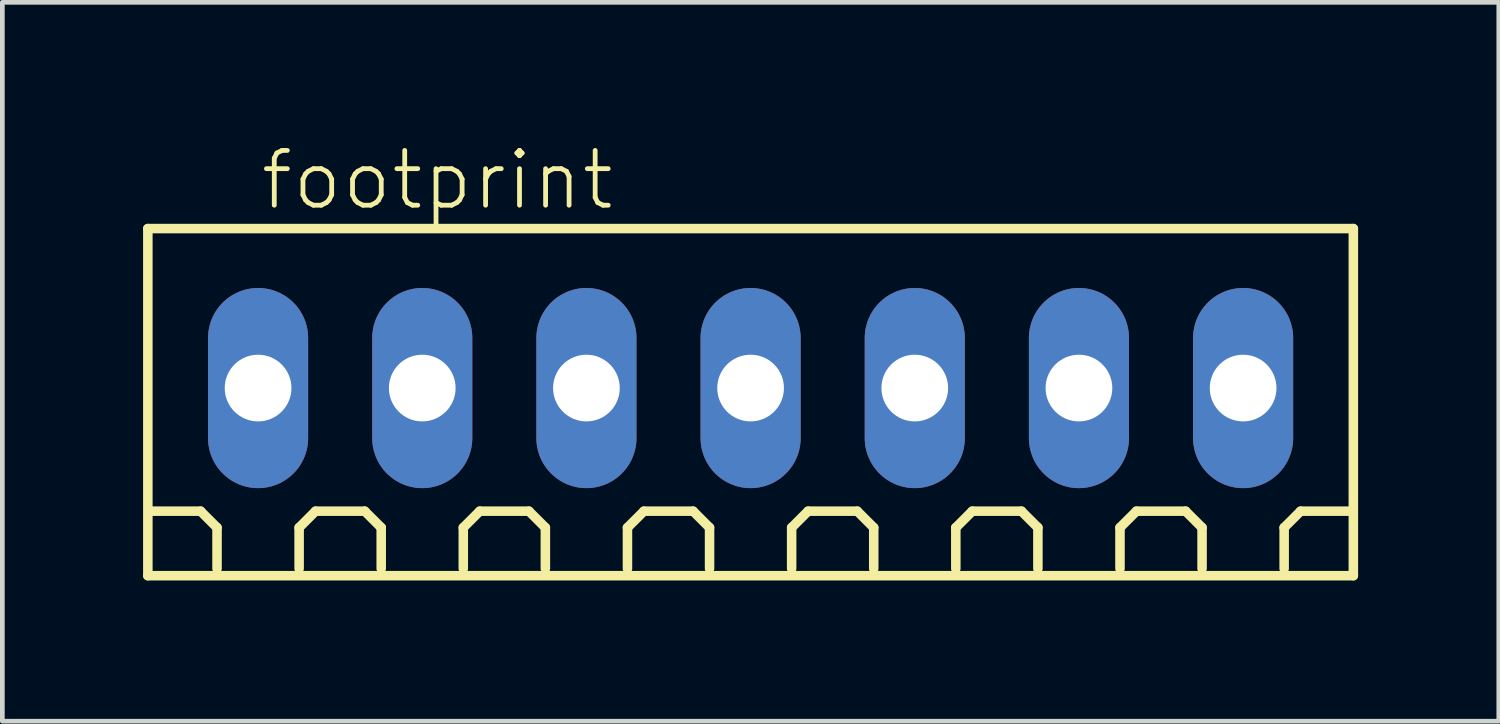
<source format=kicad_pcb>
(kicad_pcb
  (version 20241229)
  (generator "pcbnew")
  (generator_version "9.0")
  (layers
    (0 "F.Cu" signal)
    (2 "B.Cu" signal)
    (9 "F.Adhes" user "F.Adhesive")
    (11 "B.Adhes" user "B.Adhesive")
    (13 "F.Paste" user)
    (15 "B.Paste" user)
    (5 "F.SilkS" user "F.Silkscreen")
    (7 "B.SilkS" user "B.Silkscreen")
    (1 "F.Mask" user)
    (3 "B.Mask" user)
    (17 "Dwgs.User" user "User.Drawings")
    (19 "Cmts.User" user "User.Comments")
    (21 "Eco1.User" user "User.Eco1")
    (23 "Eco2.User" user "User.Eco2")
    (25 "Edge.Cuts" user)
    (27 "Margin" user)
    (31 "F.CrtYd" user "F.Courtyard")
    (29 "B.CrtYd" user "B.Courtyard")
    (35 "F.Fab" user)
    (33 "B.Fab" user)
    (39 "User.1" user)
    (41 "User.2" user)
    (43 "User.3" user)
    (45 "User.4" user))
  (footprint "footprint"
    (layer "F.Cu")
    (at 12.952 5.223)
    (property "Reference" "footprint" (at -10.5 -3.75 0) (layer "F.SilkS") (effects (font (size 1.168 1.168) (thickness 0.102)) (justify left bottom)))
    (fp_line (start -12.85 -3.4) (end 12.85 -3.4) (stroke (width 0.203) (type solid)) (layer "F.SilkS"))
    (fp_line (start -12.85 4) (end -12.85 -3.4) (stroke (width 0.203) (type solid)) (layer "F.SilkS"))
    (fp_line (start -11.725 2.625) (end -12.775 2.625) (stroke (width 0.203) (type solid)) (layer "F.SilkS"))
    (fp_line (start -11.375 2.975) (end -11.725 2.625) (stroke (width 0.203) (type solid)) (layer "F.SilkS"))
    (fp_line (start -11.375 3.85) (end -11.375 2.975) (stroke (width 0.203) (type solid)) (layer "F.SilkS"))
    (fp_line (start -9.625 2.975) (end -9.275 2.625) (stroke (width 0.203) (type solid)) (layer "F.SilkS"))
    (fp_line (start -9.625 3.85) (end -9.625 2.975) (stroke (width 0.203) (type solid)) (layer "F.SilkS"))
    (fp_line (start -9.275 2.625) (end -8.225 2.625) (stroke (width 0.203) (type solid)) (layer "F.SilkS"))
    (fp_line (start -8.225 2.625) (end -7.875 2.975) (stroke (width 0.203) (type solid)) (layer "F.SilkS"))
    (fp_line (start -7.875 2.975) (end -7.875 3.85) (stroke (width 0.203) (type solid)) (layer "F.SilkS"))
    (fp_line (start -6.125 2.975) (end -5.775 2.625) (stroke (width 0.203) (type solid)) (layer "F.SilkS"))
    (fp_line (start -6.125 3.85) (end -6.125 2.975) (stroke (width 0.203) (type solid)) (layer "F.SilkS"))
    (fp_line (start -5.775 2.625) (end -4.725 2.625) (stroke (width 0.203) (type solid)) (layer "F.SilkS"))
    (fp_line (start -4.725 2.625) (end -4.375 2.975) (stroke (width 0.203) (type solid)) (layer "F.SilkS"))
    (fp_line (start -4.375 2.975) (end -4.375 3.85) (stroke (width 0.203) (type solid)) (layer "F.SilkS"))
    (fp_line (start -2.625 2.975) (end -2.275 2.625) (stroke (width 0.203) (type solid)) (layer "F.SilkS"))
    (fp_line (start -2.625 3.85) (end -2.625 2.975) (stroke (width 0.203) (type solid)) (layer "F.SilkS"))
    (fp_line (start -2.275 2.625) (end -1.225 2.625) (stroke (width 0.203) (type solid)) (layer "F.SilkS"))
    (fp_line (start -1.225 2.625) (end -0.875 2.975) (stroke (width 0.203) (type solid)) (layer "F.SilkS"))
    (fp_line (start -0.875 2.975) (end -0.875 3.85) (stroke (width 0.203) (type solid)) (layer "F.SilkS"))
    (fp_line (start 0.875 2.975) (end 1.225 2.625) (stroke (width 0.203) (type solid)) (layer "F.SilkS"))
    (fp_line (start 0.875 3.85) (end 0.875 2.975) (stroke (width 0.203) (type solid)) (layer "F.SilkS"))
    (fp_line (start 1.225 2.625) (end 2.275 2.625) (stroke (width 0.203) (type solid)) (layer "F.SilkS"))
    (fp_line (start 2.275 2.625) (end 2.625 2.975) (stroke (width 0.203) (type solid)) (layer "F.SilkS"))
    (fp_line (start 2.625 2.975) (end 2.625 3.85) (stroke (width 0.203) (type solid)) (layer "F.SilkS"))
    (fp_line (start 4.375 2.975) (end 4.725 2.625) (stroke (width 0.203) (type solid)) (layer "F.SilkS"))
    (fp_line (start 4.375 3.85) (end 4.375 2.975) (stroke (width 0.203) (type solid)) (layer "F.SilkS"))
    (fp_line (start 4.725 2.625) (end 5.775 2.625) (stroke (width 0.203) (type solid)) (layer "F.SilkS"))
    (fp_line (start 5.775 2.625) (end 6.125 2.975) (stroke (width 0.203) (type solid)) (layer "F.SilkS"))
    (fp_line (start 6.125 2.975) (end 6.125 3.85) (stroke (width 0.203) (type solid)) (layer "F.SilkS"))
    (fp_line (start 7.875 2.975) (end 8.225 2.625) (stroke (width 0.203) (type solid)) (layer "F.SilkS"))
    (fp_line (start 7.875 3.85) (end 7.875 2.975) (stroke (width 0.203) (type solid)) (layer "F.SilkS"))
    (fp_line (start 8.225 2.625) (end 9.275 2.625) (stroke (width 0.203) (type solid)) (layer "F.SilkS"))
    (fp_line (start 9.275 2.625) (end 9.625 2.975) (stroke (width 0.203) (type solid)) (layer "F.SilkS"))
    (fp_line (start 9.625 2.975) (end 9.625 3.85) (stroke (width 0.203) (type solid)) (layer "F.SilkS"))
    (fp_line (start 11.375 2.975) (end 11.725 2.625) (stroke (width 0.203) (type solid)) (layer "F.SilkS"))
    (fp_line (start 11.375 3.85) (end 11.375 2.975) (stroke (width 0.203) (type solid)) (layer "F.SilkS"))
    (fp_line (start 11.725 2.625) (end 12.775 2.625) (stroke (width 0.203) (type solid)) (layer "F.SilkS"))
    (fp_line (start 12.85 -3.4) (end 12.85 4) (stroke (width 0.203) (type solid)) (layer "F.SilkS"))
    (fp_line (start 12.85 4) (end -12.85 4) (stroke (width 0.203) (type solid)) (layer "F.SilkS"))
    (pad "1" thru_hole oval (at -10.5 0 90) (size 4.267 2.134) (drill 1.422) (layers "*.Cu" "*.Mask"))
    (pad "2" thru_hole oval (at -7 0 90) (size 4.267 2.134) (drill 1.422) (layers "*.Cu" "*.Mask"))
    (pad "3" thru_hole oval (at -3.5 0 90) (size 4.267 2.134) (drill 1.422) (layers "*.Cu" "*.Mask"))
    (pad "4" thru_hole oval (at 0 0 90) (size 4.267 2.134) (drill 1.422) (layers "*.Cu" "*.Mask"))
    (pad "5" thru_hole oval (at 3.5 0 90) (size 4.267 2.134) (drill 1.422) (layers "*.Cu" "*.Mask"))
    (pad "6" thru_hole oval (at 7 0 90) (size 4.267 2.134) (drill 1.422) (layers "*.Cu" "*.Mask"))
    (pad "7" thru_hole oval (at 10.5 0 90) (size 4.267 2.134) (drill 1.422) (layers "*.Cu" "*.Mask")))
  (gr_rect
    (start -3 -3)
    (end 28.903 12.325)
    (stroke (width 0.1) (type default))
    (fill no)
    (layer "Edge.Cuts")))
</source>
